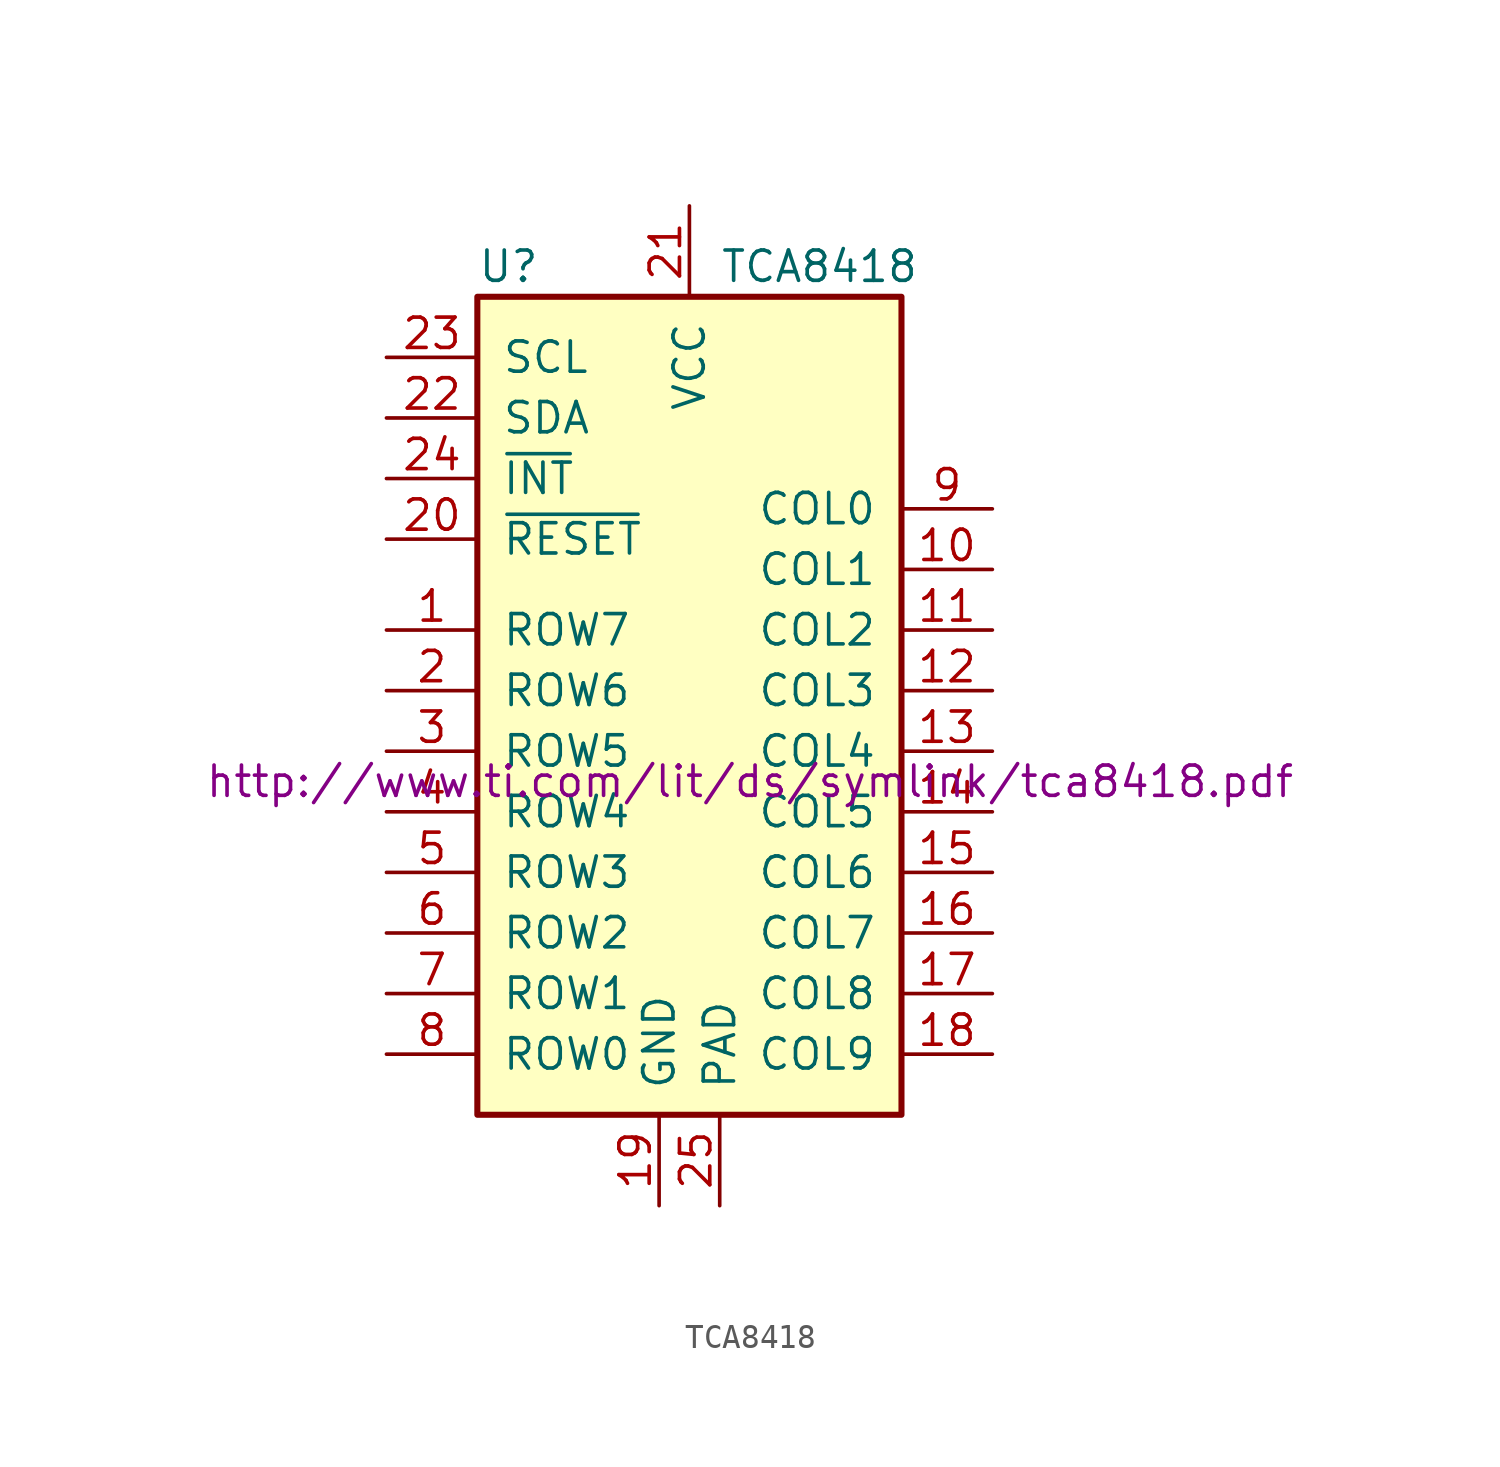
<source format=kicad_sym>
(kicad_symbol_lib
  (version 20211014)
  (generator kicad_symbol_editor)
  (symbol "TCA8418"
    (pin_names
      (offset 1.016))
    (property "Reference" "U"
      (at -8.89 19.05 0)
      (effects (font (size 1.27 1.27)) (justify left)))
    (property "Value" "TCA8418"
      (at 1.27 19.05 0)
      (effects (font (size 1.27 1.27)) (justify left)))
    (property "Datasheet" "http://www.ti.com/lit/ds/symlink/tca8418.pdf"
      (at 2.54 -2.54 0)
      (effects (font (size 1.27 1.27))))
    (symbol "TCA8418_0_1"
      (rectangle (start -8.89 -16.51) (end 8.89 17.78) (stroke (width 0.254) (type default) (color 0 0 0 0)) (fill (type background))))
    (symbol "TCA8418_1_1"
      (pin bidirectional line (at -12.7 3.81 0) (length 3.81) (name "ROW7" (effects (font (size 1.27 1.27)))) (number "1" (effects (font (size 1.27 1.27)))))
      (pin bidirectional line (at 12.7 6.35 180) (length 3.81) (name "COL1" (effects (font (size 1.27 1.27)))) (number "10" (effects (font (size 1.27 1.27)))))
      (pin bidirectional line (at 12.7 3.81 180) (length 3.81) (name "COL2" (effects (font (size 1.27 1.27)))) (number "11" (effects (font (size 1.27 1.27)))))
      (pin bidirectional line (at 12.7 1.27 180) (length 3.81) (name "COL3" (effects (font (size 1.27 1.27)))) (number "12" (effects (font (size 1.27 1.27)))))
      (pin bidirectional line (at 12.7 -1.27 180) (length 3.81) (name "COL4" (effects (font (size 1.27 1.27)))) (number "13" (effects (font (size 1.27 1.27)))))
      (pin bidirectional line (at 12.7 -3.81 180) (length 3.81) (name "COL5" (effects (font (size 1.27 1.27)))) (number "14" (effects (font (size 1.27 1.27)))))
      (pin bidirectional line (at 12.7 -6.35 180) (length 3.81) (name "COL6" (effects (font (size 1.27 1.27)))) (number "15" (effects (font (size 1.27 1.27)))))
      (pin bidirectional line (at 12.7 -8.89 180) (length 3.81) (name "COL7" (effects (font (size 1.27 1.27)))) (number "16" (effects (font (size 1.27 1.27)))))
      (pin bidirectional line (at 12.7 -11.43 180) (length 3.81) (name "COL8" (effects (font (size 1.27 1.27)))) (number "17" (effects (font (size 1.27 1.27)))))
      (pin bidirectional line (at 12.7 -13.97 180) (length 3.81) (name "COL9" (effects (font (size 1.27 1.27)))) (number "18" (effects (font (size 1.27 1.27)))))
      (pin power_in line (at -1.27 -20.32 90) (length 3.81) (name "GND" (effects (font (size 1.27 1.27)))) (number "19" (effects (font (size 1.27 1.27)))))
      (pin bidirectional line (at -12.7 1.27 0) (length 3.81) (name "ROW6" (effects (font (size 1.27 1.27)))) (number "2" (effects (font (size 1.27 1.27)))))
      (pin input line (at -12.7 7.62 0) (length 3.81) (name "~{RESET}" (effects (font (size 1.27 1.27)))) (number "20" (effects (font (size 1.27 1.27)))))
      (pin power_in line (at 0 21.59 270) (length 3.81) (name "VCC" (effects (font (size 1.27 1.27)))) (number "21" (effects (font (size 1.27 1.27)))))
      (pin bidirectional line (at -12.7 12.7 0) (length 3.81) (name "SDA" (effects (font (size 1.27 1.27)))) (number "22" (effects (font (size 1.27 1.27)))))
      (pin input line (at -12.7 15.24 0) (length 3.81) (name "SCL" (effects (font (size 1.27 1.27)))) (number "23" (effects (font (size 1.27 1.27)))))
      (pin open_collector line (at -12.7 10.16 0) (length 3.81) (name "~{INT}" (effects (font (size 1.27 1.27)))) (number "24" (effects (font (size 1.27 1.27)))))
      (pin power_in line (at 1.27 -20.32 90) (length 3.81) (name "PAD" (effects (font (size 1.27 1.27)))) (number "25" (effects (font (size 1.27 1.27)))))
      (pin bidirectional line (at -12.7 -1.27 0) (length 3.81) (name "ROW5" (effects (font (size 1.27 1.27)))) (number "3" (effects (font (size 1.27 1.27)))))
      (pin bidirectional line (at -12.7 -3.81 0) (length 3.81) (name "ROW4" (effects (font (size 1.27 1.27)))) (number "4" (effects (font (size 1.27 1.27)))))
      (pin bidirectional line (at -12.7 -6.35 0) (length 3.81) (name "ROW3" (effects (font (size 1.27 1.27)))) (number "5" (effects (font (size 1.27 1.27)))))
      (pin bidirectional line (at -12.7 -8.89 0) (length 3.81) (name "ROW2" (effects (font (size 1.27 1.27)))) (number "6" (effects (font (size 1.27 1.27)))))
      (pin bidirectional line (at -12.7 -11.43 0) (length 3.81) (name "ROW1" (effects (font (size 1.27 1.27)))) (number "7" (effects (font (size 1.27 1.27)))))
      (pin bidirectional line (at -12.7 -13.97 0) (length 3.81) (name "ROW0" (effects (font (size 1.27 1.27)))) (number "8" (effects (font (size 1.27 1.27)))))
      (pin bidirectional line (at 12.7 8.89 180) (length 3.81) (name "COL0" (effects (font (size 1.27 1.27)))) (number "9" (effects (font (size 1.27 1.27))))))))
</source>
